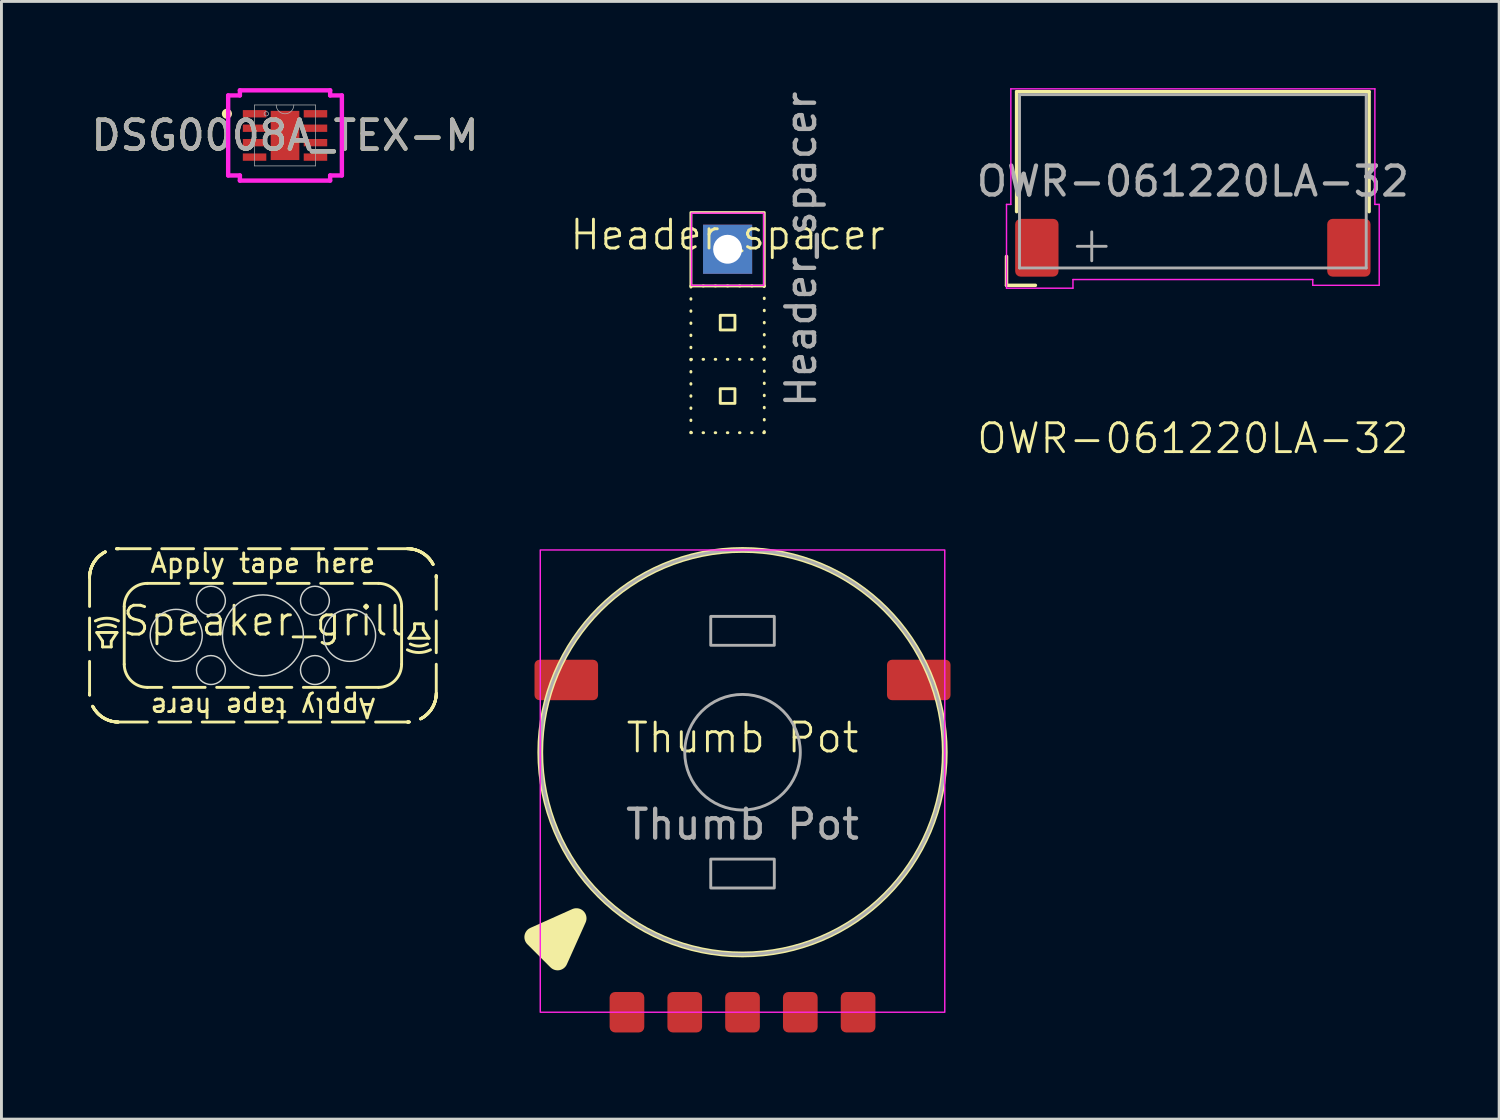
<source format=kicad_pcb>
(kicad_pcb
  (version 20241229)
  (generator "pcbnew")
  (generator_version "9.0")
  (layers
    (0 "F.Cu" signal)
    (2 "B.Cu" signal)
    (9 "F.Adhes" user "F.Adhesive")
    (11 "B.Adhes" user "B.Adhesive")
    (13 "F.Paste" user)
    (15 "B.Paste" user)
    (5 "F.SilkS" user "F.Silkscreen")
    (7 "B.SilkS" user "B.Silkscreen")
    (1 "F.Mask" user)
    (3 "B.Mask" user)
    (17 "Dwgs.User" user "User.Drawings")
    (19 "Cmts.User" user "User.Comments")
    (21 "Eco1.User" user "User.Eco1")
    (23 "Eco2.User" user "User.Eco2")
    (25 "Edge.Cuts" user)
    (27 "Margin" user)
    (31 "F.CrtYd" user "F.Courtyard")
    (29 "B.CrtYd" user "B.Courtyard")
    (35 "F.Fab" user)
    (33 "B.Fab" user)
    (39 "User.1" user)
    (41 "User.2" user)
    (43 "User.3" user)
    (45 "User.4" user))
  (footprint "Header_spacer"
    (layer "F.Cu")
    (at 22.133 5.577)
    (property "Reference" "Header_spacer" (at 0 -0.5 0) (unlocked yes) (layer "F.SilkS") (effects (font (size 1 1) (thickness 0.1))))
    (attr smd)
    (fp_line (start 1.27 3.81) (end -1.27 3.81) (stroke (width 0.1) (type dot)) (layer "F.SilkS"))
    (fp_rect (start -1.27 -1.27) (end 1.27 1.27) (stroke (width 0.1) (type default)) (fill no) (layer "F.SilkS"))
    (fp_rect (start -1.27 1.27) (end 1.27 6.35) (stroke (width 0.1) (type dot)) (fill no) (layer "F.SilkS"))
    (fp_rect (start -0.254 2.286) (end 0.254 2.794) (stroke (width 0.1) (type default)) (fill no) (layer "F.SilkS"))
    (fp_rect (start -0.254 4.826) (end 0.254 5.334) (stroke (width 0.1) (type default)) (fill no) (layer "F.SilkS"))
    (fp_rect (start -1.25 -1.25) (end 1.25 1.25) (stroke (width 0.05) (type default)) (fill no) (layer "F.CrtYd"))
    (fp_text user "${REFERENCE}" (at 2.54 0 90) (unlocked yes) (layer "F.Fab") (effects (font (size 1 1) (thickness 0.15))))
    (pad "1" thru_hole rect (at 0 0 270) (size 1.7 1.7) (drill 1) (layers "*.Cu" "*.Mask")))
  (footprint "OWR-061220LA-32"
    (layer "F.Cu")
    (at 38.237 3.225)
    (property "Reference" "OWR-061220LA-32" (at 0 8.9 0) (unlocked yes) (layer "F.SilkS") (effects (font (size 1 1) (thickness 0.1))))
    (attr smd)
    (fp_line (start -6.45 2.6) (end -6.45 3.6) (stroke (width 0.12) (type solid)) (layer "F.SilkS"))
    (fp_line (start -6.45 3.6) (end -5.45 3.6) (stroke (width 0.12) (type solid)) (layer "F.SilkS"))
    (fp_line (start -6.1 -3.1) (end 6.1 -3.1) (stroke (width 0.12) (type solid)) (layer "F.SilkS"))
    (fp_line (start -6.1 1.05) (end -6.1 -3.1) (stroke (width 0.12) (type solid)) (layer "F.SilkS"))
    (fp_line (start 6.1 -3.1) (end 6.1 1.05) (stroke (width 0.12) (type solid)) (layer "F.SilkS"))
    (fp_line (start -6.45 0.8) (end -6.45 3.7) (stroke (width 0.05) (type solid)) (layer "F.CrtYd"))
    (fp_line (start -6.45 3.7) (end -4.15 3.7) (stroke (width 0.05) (type solid)) (layer "F.CrtYd"))
    (fp_line (start -6.3 -3.2) (end 6.3 -3.2) (stroke (width 0.05) (type solid)) (layer "F.CrtYd"))
    (fp_line (start -6.3 0.8) (end -6.45 0.8) (stroke (width 0.05) (type solid)) (layer "F.CrtYd"))
    (fp_line (start -6.3 0.8) (end -6.3 -3.2) (stroke (width 0.05) (type solid)) (layer "F.CrtYd"))
    (fp_line (start -4.15 3.7) (end -4.15 3.4) (stroke (width 0.05) (type solid)) (layer "F.CrtYd"))
    (fp_line (start 4.15 3.4) (end -4.15 3.4) (stroke (width 0.05) (type solid)) (layer "F.CrtYd"))
    (fp_line (start 4.15 3.6) (end 4.15 3.4) (stroke (width 0.05) (type solid)) (layer "F.CrtYd"))
    (fp_line (start 6.3 -3.2) (end 6.3 0.8) (stroke (width 0.05) (type solid)) (layer "F.CrtYd"))
    (fp_line (start 6.3 0.8) (end 6.45 0.8) (stroke (width 0.05) (type solid)) (layer "F.CrtYd"))
    (fp_line (start 6.45 0.8) (end 6.45 3.6) (stroke (width 0.05) (type solid)) (layer "F.CrtYd"))
    (fp_line (start 6.45 3.6) (end 4.15 3.6) (stroke (width 0.05) (type solid)) (layer "F.CrtYd"))
    (fp_line (start -6 -3) (end -6 3) (stroke (width 0.1) (type solid)) (layer "F.Fab"))
    (fp_line (start -6 3) (end 6 3) (stroke (width 0.1) (type solid)) (layer "F.Fab"))
    (fp_line (start -4 2.25) (end -3 2.25) (stroke (width 0.1) (type solid)) (layer "F.Fab"))
    (fp_line (start -3.5 2.75) (end -3.5 1.75) (stroke (width 0.1) (type solid)) (layer "F.Fab"))
    (fp_line (start 6 -3) (end -6 -3) (stroke (width 0.1) (type solid)) (layer "F.Fab"))
    (fp_line (start 6 3) (end 6 -3) (stroke (width 0.1) (type solid)) (layer "F.Fab"))
    (fp_text user "${REFERENCE}" (at 0 0 0) (unlocked yes) (layer "F.Fab") (effects (font (size 1 1) (thickness 0.15))))
    (pad "1" smd roundrect (at -5.4 2.3 180) (size 1.5 2) (layers "F.Cu" "F.Mask") (roundrect_rratio 0.125))
    (pad "2" smd roundrect (at 5.4 2.3 180) (size 1.5 2) (layers "F.Cu" "F.Mask") (roundrect_rratio 0.125)))
  (footprint "DSG0008A_TEX-M"
    (layer "F.Cu")
    (at 6.815 1.638)
    (property "Reference" "DSG0008A_TEX-M" (at 0 0 0) (unlocked yes) (layer "F.SilkS") (effects (font (size 1 1) (thickness 0.15))))
    (attr smd)
    (fp_circle (center -2.011 -0.75) (end -1.91 -0.75) (stroke (width 0.152) (type solid)) (fill no) (layer "F.SilkS"))
    (fp_line (start -1.968 -1.385) (end -1.562 -1.385) (stroke (width 0.152) (type solid)) (layer "F.CrtYd"))
    (fp_line (start -1.968 1.385) (end -1.968 -1.385) (stroke (width 0.152) (type solid)) (layer "F.CrtYd"))
    (fp_line (start -1.968 1.385) (end -1.562 1.385) (stroke (width 0.152) (type solid)) (layer "F.CrtYd"))
    (fp_line (start -1.562 -1.562) (end 1.562 -1.562) (stroke (width 0.152) (type solid)) (layer "F.CrtYd"))
    (fp_line (start -1.562 -1.385) (end -1.562 -1.562) (stroke (width 0.152) (type solid)) (layer "F.CrtYd"))
    (fp_line (start -1.562 1.562) (end -1.562 1.385) (stroke (width 0.152) (type solid)) (layer "F.CrtYd"))
    (fp_line (start 1.562 -1.562) (end 1.562 -1.385) (stroke (width 0.152) (type solid)) (layer "F.CrtYd"))
    (fp_line (start 1.562 1.385) (end 1.562 1.562) (stroke (width 0.152) (type solid)) (layer "F.CrtYd"))
    (fp_line (start 1.562 1.562) (end -1.562 1.562) (stroke (width 0.152) (type solid)) (layer "F.CrtYd"))
    (fp_line (start 1.968 -1.385) (end 1.562 -1.385) (stroke (width 0.152) (type solid)) (layer "F.CrtYd"))
    (fp_line (start 1.968 -1.385) (end 1.968 1.385) (stroke (width 0.152) (type solid)) (layer "F.CrtYd"))
    (fp_line (start 1.968 1.385) (end 1.562 1.385) (stroke (width 0.152) (type solid)) (layer "F.CrtYd"))
    (fp_line (start -1.054 -1.054) (end -1.054 1.054) (stroke (width 0.025) (type solid)) (layer "F.Fab"))
    (fp_line (start -1.054 1.054) (end 1.054 1.054) (stroke (width 0.025) (type solid)) (layer "F.Fab"))
    (fp_line (start 1.054 -1.054) (end -1.054 -1.054) (stroke (width 0.025) (type solid)) (layer "F.Fab"))
    (fp_line (start 1.054 1.054) (end 1.054 -1.054) (stroke (width 0.025) (type solid)) (layer "F.Fab"))
    (fp_arc (start 0.3048 -1.0541) (mid 0 -0.7493) (end -0.3048 -1.0541) (stroke (width 0.0254) (type solid)) (layer "F.Fab"))
    (fp_circle (center -0.648 -0.75) (end -0.572 -0.75) (stroke (width 0.025) (type solid)) (fill no) (layer "F.Fab"))
    (fp_text user "${REFERENCE}" (at 0 0 0) (unlocked yes) (layer "F.Fab") (effects (font (size 1 1) (thickness 0.15))))
    (pad "1" smd rect (at -1.054 -0.75) (size 0.813 0.254) (layers "F.Cu" "F.Mask" "F.Paste"))
    (pad "2" smd rect (at -1.054 -0.25) (size 0.813 0.254) (layers "F.Cu" "F.Mask" "F.Paste"))
    (pad "3" smd rect (at -1.054 0.25) (size 0.813 0.254) (layers "F.Cu" "F.Mask" "F.Paste"))
    (pad "4" smd rect (at -1.054 0.75) (size 0.813 0.254) (layers "F.Cu" "F.Mask" "F.Paste"))
    (pad "5" smd rect (at 1.054 0.75) (size 0.813 0.254) (layers "F.Cu" "F.Mask" "F.Paste"))
    (pad "6" smd rect (at 1.054 0.25) (size 0.813 0.254) (layers "F.Cu" "F.Mask" "F.Paste"))
    (pad "7" smd rect (at 1.054 -0.25) (size 0.813 0.254) (layers "F.Cu" "F.Mask" "F.Paste"))
    (pad "8" smd rect (at 1.054 -0.75) (size 0.813 0.254) (layers "F.Cu" "F.Mask" "F.Paste"))
    (pad "9" smd rect (at 0 0) (size 0.991 1.702) (layers "F.Cu" "F.Mask" "F.Paste")))
  (footprint "Speaker_grill"
    (layer "F.Cu")
    (at 6.05 18.941)
    (property "Reference" "Speaker_grill" (at 0 -0.5 0) (unlocked yes) (layer "F.SilkS") (effects (font (size 1 1) (thickness 0.1))))
    (attr smd)
    (fp_line (start -6 2) (end -6 -2) (stroke (width 0.1) (type dash)) (layer "F.SilkS"))
    (fp_line (start -5.75 -0.1) (end -5.05 -0.1) (stroke (width 0.1) (type default)) (layer "F.SilkS"))
    (fp_line (start -5.55 0.2) (end -5.75 -0.1) (stroke (width 0.1) (type default)) (layer "F.SilkS"))
    (fp_line (start -5.55 0.4) (end -5.55 0.2) (stroke (width 0.1) (type default)) (layer "F.SilkS"))
    (fp_line (start -5.25 0.2) (end -5.25 0.4) (stroke (width 0.1) (type default)) (layer "F.SilkS"))
    (fp_line (start -5.25 0.4) (end -5.55 0.4) (stroke (width 0.1) (type default)) (layer "F.SilkS"))
    (fp_line (start -5.05 -0.1) (end -5.25 0.2) (stroke (width 0.1) (type default)) (layer "F.SilkS"))
    (fp_line (start -5 -3) (end 5 -3) (stroke (width 0.1) (type dash)) (layer "F.SilkS"))
    (fp_line (start -4.8 -1) (end -4.8 1) (stroke (width 0.1) (type solid)) (layer "F.SilkS"))
    (fp_line (start -4 -1.8) (end 4 -1.8) (stroke (width 0.1) (type dash)) (layer "F.SilkS"))
    (fp_line (start 4 1.8) (end -4 1.8) (stroke (width 0.1) (type dash)) (layer "F.SilkS"))
    (fp_line (start 4.8 -1) (end 4.8 1) (stroke (width 0.1) (type solid)) (layer "F.SilkS"))
    (fp_line (start 5 3) (end -5 3) (stroke (width 0.1) (type dash)) (layer "F.SilkS"))
    (fp_line (start 5.05 0.1) (end 5.25 -0.2) (stroke (width 0.1) (type default)) (layer "F.SilkS"))
    (fp_line (start 5.25 -0.4) (end 5.55 -0.4) (stroke (width 0.1) (type default)) (layer "F.SilkS"))
    (fp_line (start 5.25 -0.2) (end 5.25 -0.4) (stroke (width 0.1) (type default)) (layer "F.SilkS"))
    (fp_line (start 5.55 -0.4) (end 5.55 -0.2) (stroke (width 0.1) (type default)) (layer "F.SilkS"))
    (fp_line (start 5.55 -0.2) (end 5.75 0.1) (stroke (width 0.1) (type default)) (layer "F.SilkS"))
    (fp_line (start 5.75 0.1) (end 5.05 0.1) (stroke (width 0.1) (type default)) (layer "F.SilkS"))
    (fp_line (start 6 -2) (end 6 2) (stroke (width 0.1) (type dash)) (layer "F.SilkS"))
    (fp_arc (start -6 -2) (mid -5.707107 -2.707107) (end -5 -3) (stroke (width 0.1) (type dash)) (layer "F.SilkS"))
    (fp_arc (start -5.8 -0.5) (mid -5.4 -0.594427) (end -5 -0.5) (stroke (width 0.1) (type default)) (layer "F.SilkS"))
    (fp_arc (start -5.7 -0.3) (mid -5.4 -0.37082) (end -5.1 -0.3) (stroke (width 0.1) (type default)) (layer "F.SilkS"))
    (fp_arc (start -5 3) (mid -5.707107 2.707107) (end -6 2) (stroke (width 0.1) (type dash)) (layer "F.SilkS"))
    (fp_arc (start -4.8 -1) (mid -4.565685 -1.565685) (end -4 -1.8) (stroke (width 0.1) (type default)) (layer "F.SilkS"))
    (fp_arc (start -4 1.8) (mid -4.565685 1.565685) (end -4.8 1) (stroke (width 0.1) (type default)) (layer "F.SilkS"))
    (fp_arc (start 4 -1.8) (mid 4.565685 -1.565685) (end 4.8 -1) (stroke (width 0.1) (type solid)) (layer "F.SilkS"))
    (fp_arc (start 4.8 1) (mid 4.565685 1.565685) (end 4 1.8) (stroke (width 0.1) (type default)) (layer "F.SilkS"))
    (fp_arc (start 5 -3) (mid 5.707107 -2.707107) (end 6 -2) (stroke (width 0.1) (type dash)) (layer "F.SilkS"))
    (fp_arc (start 5.7 0.3) (mid 5.4 0.37082) (end 5.1 0.3) (stroke (width 0.1) (type default)) (layer "F.SilkS"))
    (fp_arc (start 5.8 0.5) (mid 5.4 0.594427) (end 5 0.5) (stroke (width 0.1) (type default)) (layer "F.SilkS"))
    (fp_arc (start 6 2) (mid 5.707107 2.707107) (end 5 3) (stroke (width 0.1) (type dash)) (layer "F.SilkS"))
    (fp_circle (center -3 0) (end -2.1 0) (stroke (width 0.05) (type default)) (fill no) (layer "Edge.Cuts"))
    (fp_circle (center -1.8 -1.2) (end -1.3 -1.2) (stroke (width 0.05) (type default)) (fill no) (layer "Edge.Cuts"))
    (fp_circle (center -1.8 1.2) (end -1.3 1.2) (stroke (width 0.05) (type default)) (fill no) (layer "Edge.Cuts"))
    (fp_circle (center 0 0) (end 1.4 0) (stroke (width 0.05) (type default)) (fill no) (layer "Edge.Cuts"))
    (fp_circle (center 1.8 -1.2) (end 2.3 -1.2) (stroke (width 0.05) (type default)) (fill no) (layer "Edge.Cuts"))
    (fp_circle (center 1.8 1.2) (end 2.3 1.2) (stroke (width 0.05) (type default)) (fill no) (layer "Edge.Cuts"))
    (fp_circle (center 3 0) (end 3.9 0) (stroke (width 0.05) (type default)) (fill no) (layer "Edge.Cuts"))
    (fp_text user "Apply tape here" (at 0 2.5 180) (unlocked yes) (layer "F.SilkS") (effects (font (size 0.65 0.65) (thickness 0.1))))
    (fp_text user "Apply tape here" (at 0 -2.5 0) (unlocked yes) (layer "F.SilkS") (effects (font (size 0.65 0.65) (thickness 0.1)))))
  (footprint "Thumb Pot"
    (layer "F.Cu")
    (at 22.65 22.985)
    (property "Reference" "Thumb Pot" (at 0 -0.5 0) (unlocked yes) (layer "F.SilkS") (effects (font (size 1 1) (thickness 0.1))))
    (attr smd)
    (fp_circle (center 0 0) (end 7 0) (stroke (width 0.2) (type default)) (fill no) (layer "F.SilkS"))
    (fp_poly (pts (xy -5.75 5.75) (xy -6.4 7.2) (xy -7.2 6.4)) (stroke (width 0.7) (type solid)) (fill yes) (layer "F.SilkS"))
    (fp_rect (start -7 -7) (end 7 9) (stroke (width 0.05) (type default)) (fill no) (layer "F.CrtYd"))
    (fp_rect (start -1.1 -4.7) (end 1.1 -3.7) (stroke (width 0.1) (type default)) (fill no) (layer "F.Fab"))
    (fp_rect (start -1.1 3.7) (end 1.1 4.7) (stroke (width 0.1) (type default)) (fill no) (layer "F.Fab"))
    (fp_circle (center 0 0) (end 2 0) (stroke (width 0.1) (type solid)) (fill no) (layer "F.Fab"))
    (fp_circle (center 0 0) (end 7 0) (stroke (width 0.1) (type solid)) (fill no) (layer "F.Fab"))
    (fp_text user "${REFERENCE}" (at 0 2.5 0) (unlocked yes) (layer "F.Fab") (effects (font (size 1 1) (thickness 0.15))))
    (pad "" smd roundrect (at -6.1 -2.5) (size 2.2 1.4) (layers "F.Cu" "F.Mask" "F.Paste") (roundrect_rratio 0.125))
    (pad "" smd roundrect (at 0 9 180) (size 1.2 1.4) (layers "F.Cu" "F.Mask" "F.Paste") (roundrect_rratio 0.156))
    (pad "" smd roundrect (at 2 9 180) (size 1.2 1.4) (layers "F.Cu" "F.Mask" "F.Paste") (roundrect_rratio 0.156))
    (pad "" smd roundrect (at 6.1 -2.5 180) (size 2.2 1.4) (layers "F.Cu" "F.Mask" "F.Paste") (roundrect_rratio 0.125))
    (pad "1" smd roundrect (at -4 9 180) (size 1.2 1.4) (layers "F.Cu" "F.Mask" "F.Paste") (roundrect_rratio 0.156))
    (pad "2" smd roundrect (at -2 9 180) (size 1.2 1.4) (layers "F.Cu" "F.Mask" "F.Paste") (roundrect_rratio 0.156))
    (pad "3" smd roundrect (at 4 9 180) (size 1.2 1.4) (layers "F.Cu" "F.Mask" "F.Paste") (roundrect_rratio 0.156)))
  (gr_rect
    (start -3 -3)
    (end 48.838 35.685)
    (stroke (width 0.1) (type default))
    (fill no)
    (layer "Edge.Cuts")))
</source>
